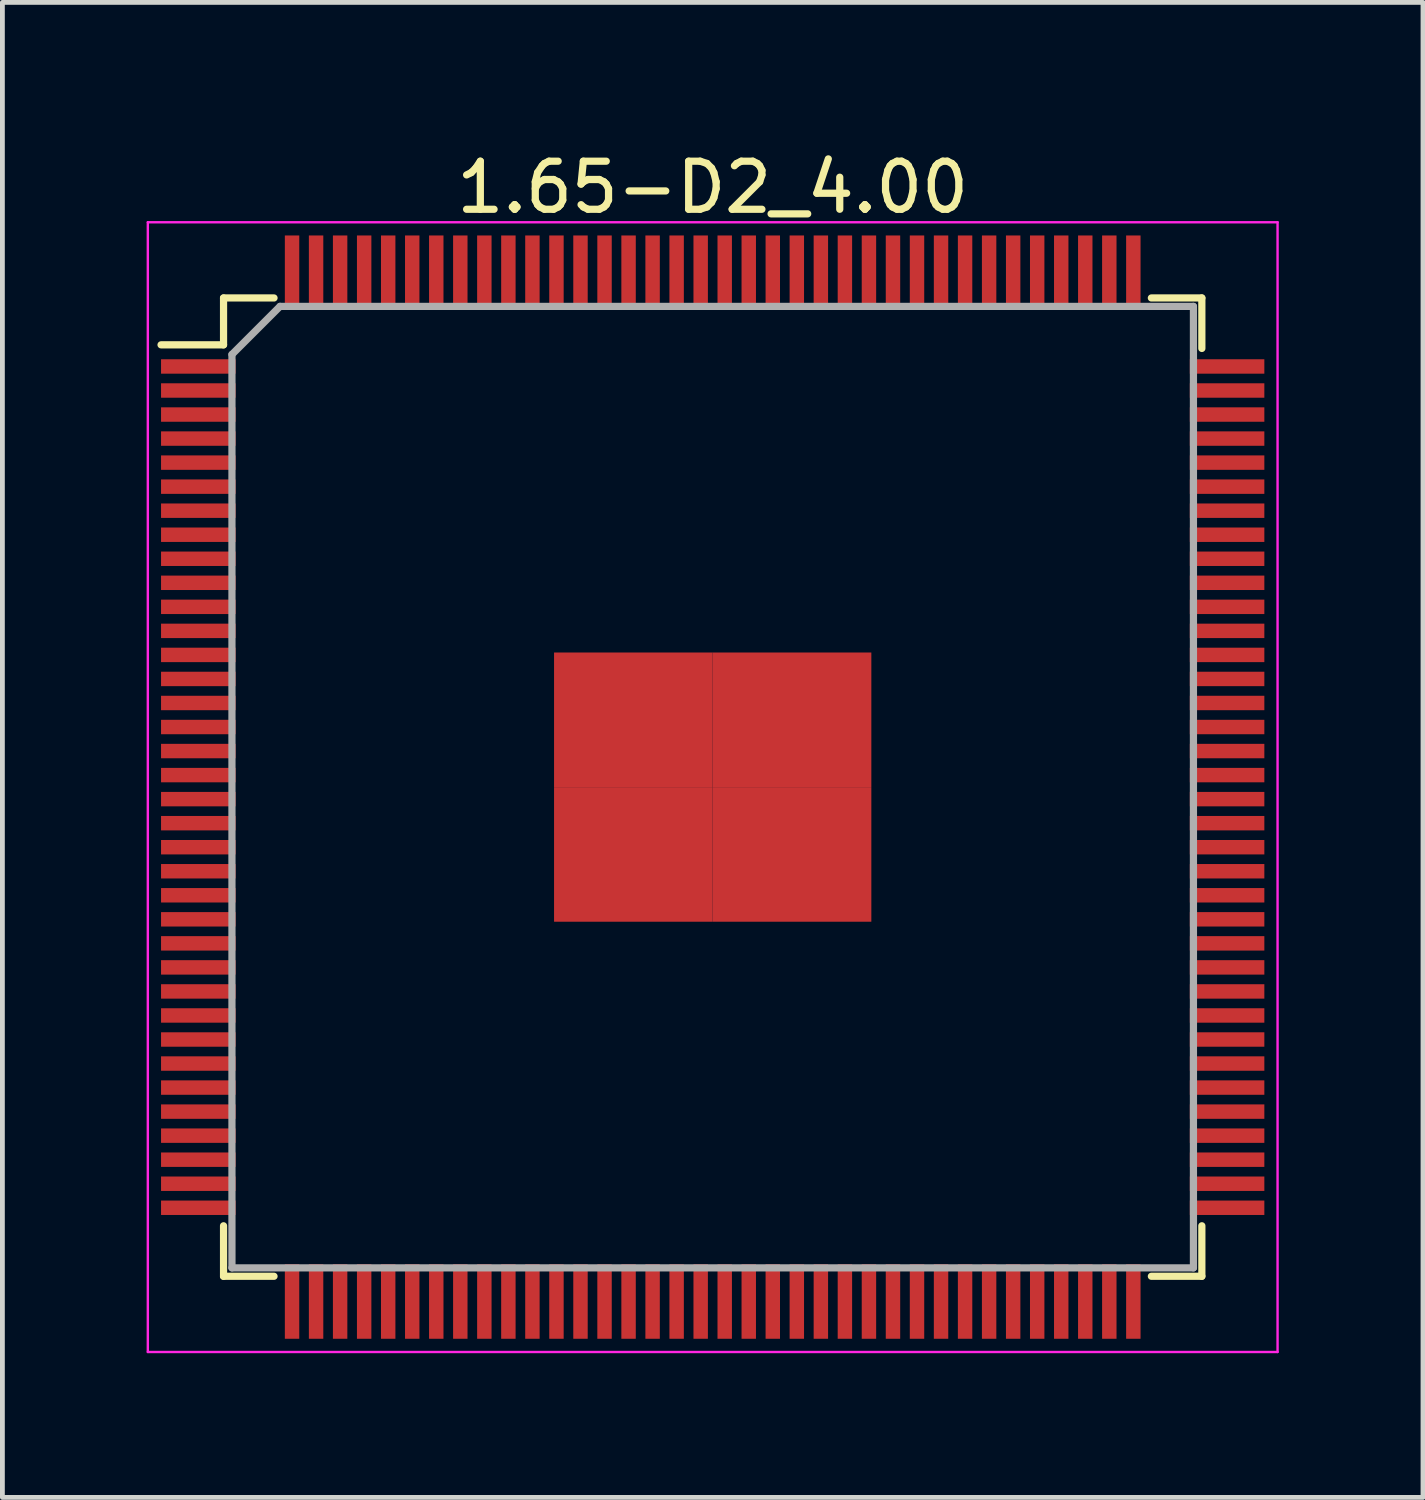
<source format=kicad_pcb>
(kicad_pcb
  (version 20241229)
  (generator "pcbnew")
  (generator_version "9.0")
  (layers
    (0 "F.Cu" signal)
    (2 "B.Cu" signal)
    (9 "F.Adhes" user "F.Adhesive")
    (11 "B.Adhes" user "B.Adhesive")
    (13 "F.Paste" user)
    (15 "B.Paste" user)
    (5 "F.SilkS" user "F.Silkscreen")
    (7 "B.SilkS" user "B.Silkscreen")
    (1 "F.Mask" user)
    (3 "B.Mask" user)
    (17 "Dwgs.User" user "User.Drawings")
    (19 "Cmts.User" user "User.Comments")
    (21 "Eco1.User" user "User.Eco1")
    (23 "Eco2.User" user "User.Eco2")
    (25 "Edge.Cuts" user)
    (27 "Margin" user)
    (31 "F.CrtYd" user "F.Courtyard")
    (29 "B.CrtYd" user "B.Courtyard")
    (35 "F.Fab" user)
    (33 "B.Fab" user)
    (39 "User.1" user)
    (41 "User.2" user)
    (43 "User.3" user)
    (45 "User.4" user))
  (footprint "1.65-D2_4.00"
    (layer "F.Cu")
    (at 11.775 13.323)
    (property "Reference" "1.65-D2_4.00" (at 0 -12.475 0) (layer "F.SilkS") (effects (font (size 1 1) (thickness 0.15))))
    (attr smd)
    (fp_line (start -10.175 -10.175) (end -10.175 -9.2) (stroke (width 0.15) (type solid)) (layer "F.SilkS"))
    (fp_line (start -10.175 -10.175) (end -9.125 -10.175) (stroke (width 0.15) (type solid)) (layer "F.SilkS"))
    (fp_line (start -10.175 -9.2) (end -11.475 -9.2) (stroke (width 0.15) (type solid)) (layer "F.SilkS"))
    (fp_line (start -10.175 10.175) (end -10.175 9.125) (stroke (width 0.15) (type solid)) (layer "F.SilkS"))
    (fp_line (start -10.175 10.175) (end -9.125 10.175) (stroke (width 0.15) (type solid)) (layer "F.SilkS"))
    (fp_line (start 10.175 -10.175) (end 9.125 -10.175) (stroke (width 0.15) (type solid)) (layer "F.SilkS"))
    (fp_line (start 10.175 -10.175) (end 10.175 -9.125) (stroke (width 0.15) (type solid)) (layer "F.SilkS"))
    (fp_line (start 10.175 10.175) (end 9.125 10.175) (stroke (width 0.15) (type solid)) (layer "F.SilkS"))
    (fp_line (start 10.175 10.175) (end 10.175 9.125) (stroke (width 0.15) (type solid)) (layer "F.SilkS"))
    (fp_line (start -11.75 -11.75) (end -11.75 11.75) (stroke (width 0.05) (type solid)) (layer "F.CrtYd"))
    (fp_line (start -11.75 -11.75) (end 11.75 -11.75) (stroke (width 0.05) (type solid)) (layer "F.CrtYd"))
    (fp_line (start -11.75 11.75) (end 11.75 11.75) (stroke (width 0.05) (type solid)) (layer "F.CrtYd"))
    (fp_line (start 11.75 -11.75) (end 11.75 11.75) (stroke (width 0.05) (type solid)) (layer "F.CrtYd"))
    (fp_line (start -10 -9) (end -9 -10) (stroke (width 0.15) (type solid)) (layer "F.Fab"))
    (fp_line (start -10 10) (end -10 -9) (stroke (width 0.15) (type solid)) (layer "F.Fab"))
    (fp_line (start -9 -10) (end 10 -10) (stroke (width 0.15) (type solid)) (layer "F.Fab"))
    (fp_line (start 10 -10) (end 10 10) (stroke (width 0.15) (type solid)) (layer "F.Fab"))
    (fp_line (start 10 10) (end -10 10) (stroke (width 0.15) (type solid)) (layer "F.Fab"))
    (pad "1" smd rect (at -10.7 -8.75) (size 1.55 0.3) (layers "F.Cu" "F.Mask" "F.Paste"))
    (pad "2" smd rect (at -10.7 -8.25) (size 1.55 0.3) (layers "F.Cu" "F.Mask" "F.Paste"))
    (pad "3" smd rect (at -10.7 -7.75) (size 1.55 0.3) (layers "F.Cu" "F.Mask" "F.Paste"))
    (pad "4" smd rect (at -10.7 -7.25) (size 1.55 0.3) (layers "F.Cu" "F.Mask" "F.Paste"))
    (pad "5" smd rect (at -10.7 -6.75) (size 1.55 0.3) (layers "F.Cu" "F.Mask" "F.Paste"))
    (pad "6" smd rect (at -10.7 -6.25) (size 1.55 0.3) (layers "F.Cu" "F.Mask" "F.Paste"))
    (pad "7" smd rect (at -10.7 -5.75) (size 1.55 0.3) (layers "F.Cu" "F.Mask" "F.Paste"))
    (pad "8" smd rect (at -10.7 -5.25) (size 1.55 0.3) (layers "F.Cu" "F.Mask" "F.Paste"))
    (pad "9" smd rect (at -10.7 -4.75) (size 1.55 0.3) (layers "F.Cu" "F.Mask" "F.Paste"))
    (pad "10" smd rect (at -10.7 -4.25) (size 1.55 0.3) (layers "F.Cu" "F.Mask" "F.Paste"))
    (pad "11" smd rect (at -10.7 -3.75) (size 1.55 0.3) (layers "F.Cu" "F.Mask" "F.Paste"))
    (pad "12" smd rect (at -10.7 -3.25) (size 1.55 0.3) (layers "F.Cu" "F.Mask" "F.Paste"))
    (pad "13" smd rect (at -10.7 -2.75) (size 1.55 0.3) (layers "F.Cu" "F.Mask" "F.Paste"))
    (pad "14" smd rect (at -10.7 -2.25) (size 1.55 0.3) (layers "F.Cu" "F.Mask" "F.Paste"))
    (pad "15" smd rect (at -10.7 -1.75) (size 1.55 0.3) (layers "F.Cu" "F.Mask" "F.Paste"))
    (pad "16" smd rect (at -10.7 -1.25) (size 1.55 0.3) (layers "F.Cu" "F.Mask" "F.Paste"))
    (pad "17" smd rect (at -10.7 -0.75) (size 1.55 0.3) (layers "F.Cu" "F.Mask" "F.Paste"))
    (pad "18" smd rect (at -10.7 -0.25) (size 1.55 0.3) (layers "F.Cu" "F.Mask" "F.Paste"))
    (pad "19" smd rect (at -10.7 0.25) (size 1.55 0.3) (layers "F.Cu" "F.Mask" "F.Paste"))
    (pad "20" smd rect (at -10.7 0.75) (size 1.55 0.3) (layers "F.Cu" "F.Mask" "F.Paste"))
    (pad "21" smd rect (at -10.7 1.25) (size 1.55 0.3) (layers "F.Cu" "F.Mask" "F.Paste"))
    (pad "22" smd rect (at -10.7 1.75) (size 1.55 0.3) (layers "F.Cu" "F.Mask" "F.Paste"))
    (pad "23" smd rect (at -10.7 2.25) (size 1.55 0.3) (layers "F.Cu" "F.Mask" "F.Paste"))
    (pad "24" smd rect (at -10.7 2.75) (size 1.55 0.3) (layers "F.Cu" "F.Mask" "F.Paste"))
    (pad "25" smd rect (at -10.7 3.25) (size 1.55 0.3) (layers "F.Cu" "F.Mask" "F.Paste"))
    (pad "26" smd rect (at -10.7 3.75) (size 1.55 0.3) (layers "F.Cu" "F.Mask" "F.Paste"))
    (pad "27" smd rect (at -10.7 4.25) (size 1.55 0.3) (layers "F.Cu" "F.Mask" "F.Paste"))
    (pad "28" smd rect (at -10.7 4.75) (size 1.55 0.3) (layers "F.Cu" "F.Mask" "F.Paste"))
    (pad "29" smd rect (at -10.7 5.25) (size 1.55 0.3) (layers "F.Cu" "F.Mask" "F.Paste"))
    (pad "30" smd rect (at -10.7 5.75) (size 1.55 0.3) (layers "F.Cu" "F.Mask" "F.Paste"))
    (pad "31" smd rect (at -10.7 6.25) (size 1.55 0.3) (layers "F.Cu" "F.Mask" "F.Paste"))
    (pad "32" smd rect (at -10.7 6.75) (size 1.55 0.3) (layers "F.Cu" "F.Mask" "F.Paste"))
    (pad "33" smd rect (at -10.7 7.25) (size 1.55 0.3) (layers "F.Cu" "F.Mask" "F.Paste"))
    (pad "34" smd rect (at -10.7 7.75) (size 1.55 0.3) (layers "F.Cu" "F.Mask" "F.Paste"))
    (pad "35" smd rect (at -10.7 8.25) (size 1.55 0.3) (layers "F.Cu" "F.Mask" "F.Paste"))
    (pad "36" smd rect (at -10.7 8.75) (size 1.55 0.3) (layers "F.Cu" "F.Mask" "F.Paste"))
    (pad "37" smd rect (at -8.75 10.7 90) (size 1.55 0.3) (layers "F.Cu" "F.Mask" "F.Paste"))
    (pad "38" smd rect (at -8.25 10.7 90) (size 1.55 0.3) (layers "F.Cu" "F.Mask" "F.Paste"))
    (pad "39" smd rect (at -7.75 10.7 90) (size 1.55 0.3) (layers "F.Cu" "F.Mask" "F.Paste"))
    (pad "40" smd rect (at -7.25 10.7 90) (size 1.55 0.3) (layers "F.Cu" "F.Mask" "F.Paste"))
    (pad "41" smd rect (at -6.75 10.7 90) (size 1.55 0.3) (layers "F.Cu" "F.Mask" "F.Paste"))
    (pad "42" smd rect (at -6.25 10.7 90) (size 1.55 0.3) (layers "F.Cu" "F.Mask" "F.Paste"))
    (pad "43" smd rect (at -5.75 10.7 90) (size 1.55 0.3) (layers "F.Cu" "F.Mask" "F.Paste"))
    (pad "44" smd rect (at -5.25 10.7 90) (size 1.55 0.3) (layers "F.Cu" "F.Mask" "F.Paste"))
    (pad "45" smd rect (at -4.75 10.7 90) (size 1.55 0.3) (layers "F.Cu" "F.Mask" "F.Paste"))
    (pad "46" smd rect (at -4.25 10.7 90) (size 1.55 0.3) (layers "F.Cu" "F.Mask" "F.Paste"))
    (pad "47" smd rect (at -3.75 10.7 90) (size 1.55 0.3) (layers "F.Cu" "F.Mask" "F.Paste"))
    (pad "48" smd rect (at -3.25 10.7 90) (size 1.55 0.3) (layers "F.Cu" "F.Mask" "F.Paste"))
    (pad "49" smd rect (at -2.75 10.7 90) (size 1.55 0.3) (layers "F.Cu" "F.Mask" "F.Paste"))
    (pad "50" smd rect (at -2.25 10.7 90) (size 1.55 0.3) (layers "F.Cu" "F.Mask" "F.Paste"))
    (pad "51" smd rect (at -1.75 10.7 90) (size 1.55 0.3) (layers "F.Cu" "F.Mask" "F.Paste"))
    (pad "52" smd rect (at -1.25 10.7 90) (size 1.55 0.3) (layers "F.Cu" "F.Mask" "F.Paste"))
    (pad "53" smd rect (at -0.75 10.7 90) (size 1.55 0.3) (layers "F.Cu" "F.Mask" "F.Paste"))
    (pad "54" smd rect (at -0.25 10.7 90) (size 1.55 0.3) (layers "F.Cu" "F.Mask" "F.Paste"))
    (pad "55" smd rect (at 0.25 10.7 90) (size 1.55 0.3) (layers "F.Cu" "F.Mask" "F.Paste"))
    (pad "56" smd rect (at 0.75 10.7 90) (size 1.55 0.3) (layers "F.Cu" "F.Mask" "F.Paste"))
    (pad "57" smd rect (at 1.25 10.7 90) (size 1.55 0.3) (layers "F.Cu" "F.Mask" "F.Paste"))
    (pad "58" smd rect (at 1.75 10.7 90) (size 1.55 0.3) (layers "F.Cu" "F.Mask" "F.Paste"))
    (pad "59" smd rect (at 2.25 10.7 90) (size 1.55 0.3) (layers "F.Cu" "F.Mask" "F.Paste"))
    (pad "60" smd rect (at 2.75 10.7 90) (size 1.55 0.3) (layers "F.Cu" "F.Mask" "F.Paste"))
    (pad "61" smd rect (at 3.25 10.7 90) (size 1.55 0.3) (layers "F.Cu" "F.Mask" "F.Paste"))
    (pad "62" smd rect (at 3.75 10.7 90) (size 1.55 0.3) (layers "F.Cu" "F.Mask" "F.Paste"))
    (pad "63" smd rect (at 4.25 10.7 90) (size 1.55 0.3) (layers "F.Cu" "F.Mask" "F.Paste"))
    (pad "64" smd rect (at 4.75 10.7 90) (size 1.55 0.3) (layers "F.Cu" "F.Mask" "F.Paste"))
    (pad "65" smd rect (at 5.25 10.7 90) (size 1.55 0.3) (layers "F.Cu" "F.Mask" "F.Paste"))
    (pad "66" smd rect (at 5.75 10.7 90) (size 1.55 0.3) (layers "F.Cu" "F.Mask" "F.Paste"))
    (pad "67" smd rect (at 6.25 10.7 90) (size 1.55 0.3) (layers "F.Cu" "F.Mask" "F.Paste"))
    (pad "68" smd rect (at 6.75 10.7 90) (size 1.55 0.3) (layers "F.Cu" "F.Mask" "F.Paste"))
    (pad "69" smd rect (at 7.25 10.7 90) (size 1.55 0.3) (layers "F.Cu" "F.Mask" "F.Paste"))
    (pad "70" smd rect (at 7.75 10.7 90) (size 1.55 0.3) (layers "F.Cu" "F.Mask" "F.Paste"))
    (pad "71" smd rect (at 8.25 10.7 90) (size 1.55 0.3) (layers "F.Cu" "F.Mask" "F.Paste"))
    (pad "72" smd rect (at 8.75 10.7 90) (size 1.55 0.3) (layers "F.Cu" "F.Mask" "F.Paste"))
    (pad "73" smd rect (at 10.7 8.75) (size 1.55 0.3) (layers "F.Cu" "F.Mask" "F.Paste"))
    (pad "74" smd rect (at 10.7 8.25) (size 1.55 0.3) (layers "F.Cu" "F.Mask" "F.Paste"))
    (pad "75" smd rect (at 10.7 7.75) (size 1.55 0.3) (layers "F.Cu" "F.Mask" "F.Paste"))
    (pad "76" smd rect (at 10.7 7.25) (size 1.55 0.3) (layers "F.Cu" "F.Mask" "F.Paste"))
    (pad "77" smd rect (at 10.7 6.75) (size 1.55 0.3) (layers "F.Cu" "F.Mask" "F.Paste"))
    (pad "78" smd rect (at 10.7 6.25) (size 1.55 0.3) (layers "F.Cu" "F.Mask" "F.Paste"))
    (pad "79" smd rect (at 10.7 5.75) (size 1.55 0.3) (layers "F.Cu" "F.Mask" "F.Paste"))
    (pad "80" smd rect (at 10.7 5.25) (size 1.55 0.3) (layers "F.Cu" "F.Mask" "F.Paste"))
    (pad "81" smd rect (at 10.7 4.75) (size 1.55 0.3) (layers "F.Cu" "F.Mask" "F.Paste"))
    (pad "82" smd rect (at 10.7 4.25) (size 1.55 0.3) (layers "F.Cu" "F.Mask" "F.Paste"))
    (pad "83" smd rect (at 10.7 3.75) (size 1.55 0.3) (layers "F.Cu" "F.Mask" "F.Paste"))
    (pad "84" smd rect (at 10.7 3.25) (size 1.55 0.3) (layers "F.Cu" "F.Mask" "F.Paste"))
    (pad "85" smd rect (at 10.7 2.75) (size 1.55 0.3) (layers "F.Cu" "F.Mask" "F.Paste"))
    (pad "86" smd rect (at 10.7 2.25) (size 1.55 0.3) (layers "F.Cu" "F.Mask" "F.Paste"))
    (pad "87" smd rect (at 10.7 1.75) (size 1.55 0.3) (layers "F.Cu" "F.Mask" "F.Paste"))
    (pad "88" smd rect (at 10.7 1.25) (size 1.55 0.3) (layers "F.Cu" "F.Mask" "F.Paste"))
    (pad "89" smd rect (at 10.7 0.75) (size 1.55 0.3) (layers "F.Cu" "F.Mask" "F.Paste"))
    (pad "90" smd rect (at 10.7 0.25) (size 1.55 0.3) (layers "F.Cu" "F.Mask" "F.Paste"))
    (pad "91" smd rect (at 10.7 -0.25) (size 1.55 0.3) (layers "F.Cu" "F.Mask" "F.Paste"))
    (pad "92" smd rect (at 10.7 -0.75) (size 1.55 0.3) (layers "F.Cu" "F.Mask" "F.Paste"))
    (pad "93" smd rect (at 10.7 -1.25) (size 1.55 0.3) (layers "F.Cu" "F.Mask" "F.Paste"))
    (pad "94" smd rect (at 10.7 -1.75) (size 1.55 0.3) (layers "F.Cu" "F.Mask" "F.Paste"))
    (pad "95" smd rect (at 10.7 -2.25) (size 1.55 0.3) (layers "F.Cu" "F.Mask" "F.Paste"))
    (pad "96" smd rect (at 10.7 -2.75) (size 1.55 0.3) (layers "F.Cu" "F.Mask" "F.Paste"))
    (pad "97" smd rect (at 10.7 -3.25) (size 1.55 0.3) (layers "F.Cu" "F.Mask" "F.Paste"))
    (pad "98" smd rect (at 10.7 -3.75) (size 1.55 0.3) (layers "F.Cu" "F.Mask" "F.Paste"))
    (pad "99" smd rect (at 10.7 -4.25) (size 1.55 0.3) (layers "F.Cu" "F.Mask" "F.Paste"))
    (pad "100" smd rect (at 10.7 -4.75) (size 1.55 0.3) (layers "F.Cu" "F.Mask" "F.Paste"))
    (pad "101" smd rect (at 10.7 -5.25) (size 1.55 0.3) (layers "F.Cu" "F.Mask" "F.Paste"))
    (pad "102" smd rect (at 10.7 -5.75) (size 1.55 0.3) (layers "F.Cu" "F.Mask" "F.Paste"))
    (pad "103" smd rect (at 10.7 -6.25) (size 1.55 0.3) (layers "F.Cu" "F.Mask" "F.Paste"))
    (pad "104" smd rect (at 10.7 -6.75) (size 1.55 0.3) (layers "F.Cu" "F.Mask" "F.Paste"))
    (pad "105" smd rect (at 10.7 -7.25) (size 1.55 0.3) (layers "F.Cu" "F.Mask" "F.Paste"))
    (pad "106" smd rect (at 10.7 -7.75) (size 1.55 0.3) (layers "F.Cu" "F.Mask" "F.Paste"))
    (pad "107" smd rect (at 10.7 -8.25) (size 1.55 0.3) (layers "F.Cu" "F.Mask" "F.Paste"))
    (pad "108" smd rect (at 10.7 -8.75) (size 1.55 0.3) (layers "F.Cu" "F.Mask" "F.Paste"))
    (pad "109" smd rect (at 8.75 -10.7 90) (size 1.55 0.3) (layers "F.Cu" "F.Mask" "F.Paste"))
    (pad "110" smd rect (at 8.25 -10.7 90) (size 1.55 0.3) (layers "F.Cu" "F.Mask" "F.Paste"))
    (pad "111" smd rect (at 7.75 -10.7 90) (size 1.55 0.3) (layers "F.Cu" "F.Mask" "F.Paste"))
    (pad "112" smd rect (at 7.25 -10.7 90) (size 1.55 0.3) (layers "F.Cu" "F.Mask" "F.Paste"))
    (pad "113" smd rect (at 6.75 -10.7 90) (size 1.55 0.3) (layers "F.Cu" "F.Mask" "F.Paste"))
    (pad "114" smd rect (at 6.25 -10.7 90) (size 1.55 0.3) (layers "F.Cu" "F.Mask" "F.Paste"))
    (pad "115" smd rect (at 5.75 -10.7 90) (size 1.55 0.3) (layers "F.Cu" "F.Mask" "F.Paste"))
    (pad "116" smd rect (at 5.25 -10.7 90) (size 1.55 0.3) (layers "F.Cu" "F.Mask" "F.Paste"))
    (pad "117" smd rect (at 4.75 -10.7 90) (size 1.55 0.3) (layers "F.Cu" "F.Mask" "F.Paste"))
    (pad "118" smd rect (at 4.25 -10.7 90) (size 1.55 0.3) (layers "F.Cu" "F.Mask" "F.Paste"))
    (pad "119" smd rect (at 3.75 -10.7 90) (size 1.55 0.3) (layers "F.Cu" "F.Mask" "F.Paste"))
    (pad "120" smd rect (at 3.25 -10.7 90) (size 1.55 0.3) (layers "F.Cu" "F.Mask" "F.Paste"))
    (pad "121" smd rect (at 2.75 -10.7 90) (size 1.55 0.3) (layers "F.Cu" "F.Mask" "F.Paste"))
    (pad "122" smd rect (at 2.25 -10.7 90) (size 1.55 0.3) (layers "F.Cu" "F.Mask" "F.Paste"))
    (pad "123" smd rect (at 1.75 -10.7 90) (size 1.55 0.3) (layers "F.Cu" "F.Mask" "F.Paste"))
    (pad "124" smd rect (at 1.25 -10.7 90) (size 1.55 0.3) (layers "F.Cu" "F.Mask" "F.Paste"))
    (pad "125" smd rect (at 0.75 -10.7 90) (size 1.55 0.3) (layers "F.Cu" "F.Mask" "F.Paste"))
    (pad "126" smd rect (at 0.25 -10.7 90) (size 1.55 0.3) (layers "F.Cu" "F.Mask" "F.Paste"))
    (pad "127" smd rect (at -0.25 -10.7 90) (size 1.55 0.3) (layers "F.Cu" "F.Mask" "F.Paste"))
    (pad "128" smd rect (at -0.75 -10.7 90) (size 1.55 0.3) (layers "F.Cu" "F.Mask" "F.Paste"))
    (pad "129" smd rect (at -1.25 -10.7 90) (size 1.55 0.3) (layers "F.Cu" "F.Mask" "F.Paste"))
    (pad "130" smd rect (at -1.75 -10.7 90) (size 1.55 0.3) (layers "F.Cu" "F.Mask" "F.Paste"))
    (pad "131" smd rect (at -2.25 -10.7 90) (size 1.55 0.3) (layers "F.Cu" "F.Mask" "F.Paste"))
    (pad "132" smd rect (at -2.75 -10.7 90) (size 1.55 0.3) (layers "F.Cu" "F.Mask" "F.Paste"))
    (pad "133" smd rect (at -3.25 -10.7 90) (size 1.55 0.3) (layers "F.Cu" "F.Mask" "F.Paste"))
    (pad "134" smd rect (at -3.75 -10.7 90) (size 1.55 0.3) (layers "F.Cu" "F.Mask" "F.Paste"))
    (pad "135" smd rect (at -4.25 -10.7 90) (size 1.55 0.3) (layers "F.Cu" "F.Mask" "F.Paste"))
    (pad "136" smd rect (at -4.75 -10.7 90) (size 1.55 0.3) (layers "F.Cu" "F.Mask" "F.Paste"))
    (pad "137" smd rect (at -5.25 -10.7 90) (size 1.55 0.3) (layers "F.Cu" "F.Mask" "F.Paste"))
    (pad "138" smd rect (at -5.75 -10.7 90) (size 1.55 0.3) (layers "F.Cu" "F.Mask" "F.Paste"))
    (pad "139" smd rect (at -6.25 -10.7 90) (size 1.55 0.3) (layers "F.Cu" "F.Mask" "F.Paste"))
    (pad "140" smd rect (at -6.75 -10.7 90) (size 1.55 0.3) (layers "F.Cu" "F.Mask" "F.Paste"))
    (pad "141" smd rect (at -7.25 -10.7 90) (size 1.55 0.3) (layers "F.Cu" "F.Mask" "F.Paste"))
    (pad "142" smd rect (at -7.75 -10.7 90) (size 1.55 0.3) (layers "F.Cu" "F.Mask" "F.Paste"))
    (pad "143" smd rect (at -8.25 -10.7 90) (size 1.55 0.3) (layers "F.Cu" "F.Mask" "F.Paste"))
    (pad "144" smd rect (at -8.75 -10.7 90) (size 1.55 0.3) (layers "F.Cu" "F.Mask" "F.Paste"))
    (pad "EP" smd rect (at -1.65 -1.4) (size 3.3 2.8) (layers "F.Cu" "F.Mask" "F.Paste"))
    (pad "EP" smd rect (at -1.65 1.4) (size 3.3 2.8) (layers "F.Cu" "F.Mask" "F.Paste"))
    (pad "EP" smd rect (at 1.65 -1.4) (size 3.3 2.8) (layers "F.Cu" "F.Mask" "F.Paste"))
    (pad "EP" smd rect (at 1.65 1.4) (size 3.3 2.8) (layers "F.Cu" "F.Mask" "F.Paste")))
  (gr_rect
    (start -3 -3)
    (end 26.55 28.098)
    (stroke (width 0.1) (type default))
    (fill no)
    (layer "Edge.Cuts")))
</source>
